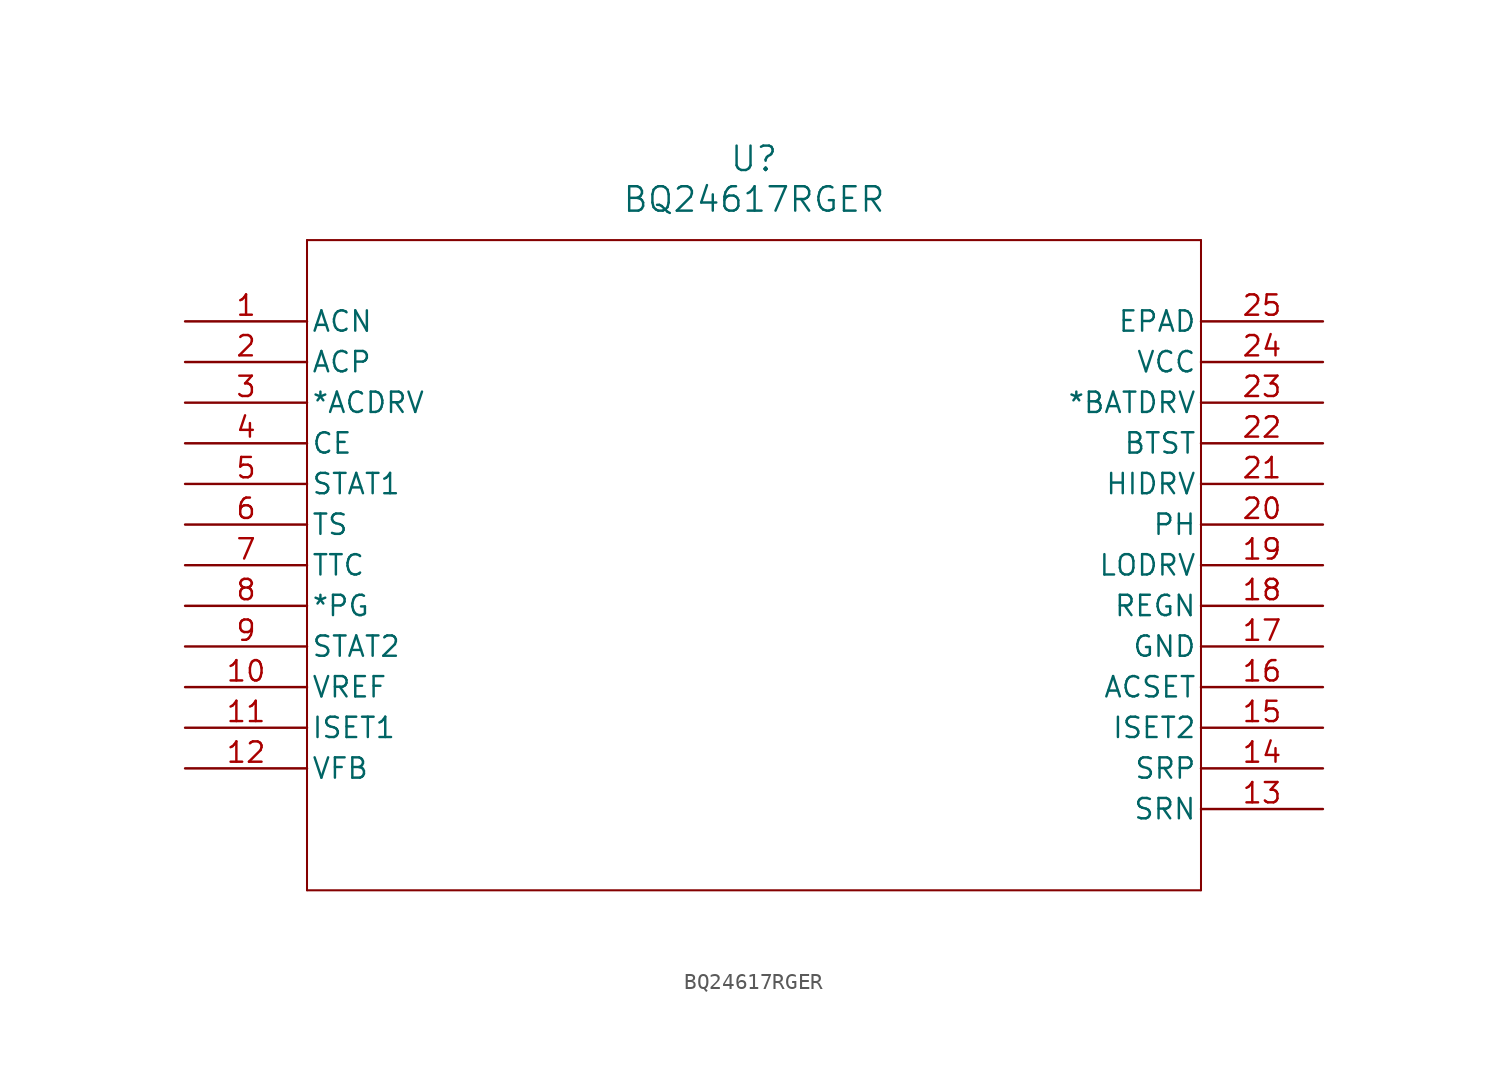
<source format=kicad_sym>
(kicad_symbol_lib
  (version 20211014)
  (generator kicad_symbol_editor)
  (symbol "BQ24617RGER"
    (pin_names
      (offset 0.254))
    (property "Reference" "U"
      (at 35.56 10.16 0)
      (effects (font (size 1.524 1.524))))
    (property "Value" "BQ24617RGER"
      (at 35.56 7.62 0)
      (effects (font (size 1.524 1.524))))
    (symbol "BQ24617RGER_0_1"
      (polyline (pts (xy 7.62 5.08) (xy 7.62 -35.56)) (stroke (width 0.127) (type default) (color 0 0 0 0)) (fill (type none)))
      (polyline (pts (xy 7.62 -35.56) (xy 63.5 -35.56)) (stroke (width 0.127) (type default) (color 0 0 0 0)) (fill (type none)))
      (polyline (pts (xy 63.5 -35.56) (xy 63.5 5.08)) (stroke (width 0.127) (type default) (color 0 0 0 0)) (fill (type none)))
      (polyline (pts (xy 63.5 5.08) (xy 7.62 5.08)) (stroke (width 0.127) (type default) (color 0 0 0 0)) (fill (type none)))
      (pin input line (at 0 0 0) (length 7.62) (name "ACN" (effects (font (size 1.27 1.27)))) (number "1" (effects (font (size 1.27 1.27)))))
      (pin input line (at 0 -2.54 0) (length 7.62) (name "ACP" (effects (font (size 1.27 1.27)))) (number "2" (effects (font (size 1.27 1.27)))))
      (pin input line (at 0 -5.08 0) (length 7.62) (name "*ACDRV" (effects (font (size 1.27 1.27)))) (number "3" (effects (font (size 1.27 1.27)))))
      (pin input line (at 0 -7.62 0) (length 7.62) (name "CE" (effects (font (size 1.27 1.27)))) (number "4" (effects (font (size 1.27 1.27)))))
      (pin input line (at 0 -10.16 0) (length 7.62) (name "STAT1" (effects (font (size 1.27 1.27)))) (number "5" (effects (font (size 1.27 1.27)))))
      (pin input line (at 0 -12.7 0) (length 7.62) (name "TS" (effects (font (size 1.27 1.27)))) (number "6" (effects (font (size 1.27 1.27)))))
      (pin output line (at 0 -15.24 0) (length 7.62) (name "TTC" (effects (font (size 1.27 1.27)))) (number "7" (effects (font (size 1.27 1.27)))))
      (pin input line (at 0 -17.78 0) (length 7.62) (name "*PG" (effects (font (size 1.27 1.27)))) (number "8" (effects (font (size 1.27 1.27)))))
      (pin input line (at 0 -20.32 0) (length 7.62) (name "STAT2" (effects (font (size 1.27 1.27)))) (number "9" (effects (font (size 1.27 1.27)))))
      (pin input line (at 0 -22.86 0) (length 7.62) (name "VREF" (effects (font (size 1.27 1.27)))) (number "10" (effects (font (size 1.27 1.27)))))
      (pin input line (at 0 -25.4 0) (length 7.62) (name "ISET1" (effects (font (size 1.27 1.27)))) (number "11" (effects (font (size 1.27 1.27)))))
      (pin output line (at 0 -27.94 0) (length 7.62) (name "VFB" (effects (font (size 1.27 1.27)))) (number "12" (effects (font (size 1.27 1.27)))))
      (pin output line (at 71.12 -30.48 180) (length 7.62) (name "SRN" (effects (font (size 1.27 1.27)))) (number "13" (effects (font (size 1.27 1.27)))))
      (pin output line (at 71.12 -27.94 180) (length 7.62) (name "SRP" (effects (font (size 1.27 1.27)))) (number "14" (effects (font (size 1.27 1.27)))))
      (pin input line (at 71.12 -25.4 180) (length 7.62) (name "ISET2" (effects (font (size 1.27 1.27)))) (number "15" (effects (font (size 1.27 1.27)))))
      (pin input line (at 71.12 -22.86 180) (length 7.62) (name "ACSET" (effects (font (size 1.27 1.27)))) (number "16" (effects (font (size 1.27 1.27)))))
      (pin power_in line (at 71.12 -20.32 180) (length 7.62) (name "GND" (effects (font (size 1.27 1.27)))) (number "17" (effects (font (size 1.27 1.27)))))
      (pin output line (at 71.12 -17.78 180) (length 7.62) (name "REGN" (effects (font (size 1.27 1.27)))) (number "18" (effects (font (size 1.27 1.27)))))
      (pin output line (at 71.12 -15.24 180) (length 7.62) (name "LODRV" (effects (font (size 1.27 1.27)))) (number "19" (effects (font (size 1.27 1.27)))))
      (pin output line (at 71.12 -12.7 180) (length 7.62) (name "PH" (effects (font (size 1.27 1.27)))) (number "20" (effects (font (size 1.27 1.27)))))
      (pin output line (at 71.12 -10.16 180) (length 7.62) (name "HIDRV" (effects (font (size 1.27 1.27)))) (number "21" (effects (font (size 1.27 1.27)))))
      (pin output line (at 71.12 -7.62 180) (length 7.62) (name "BTST" (effects (font (size 1.27 1.27)))) (number "22" (effects (font (size 1.27 1.27)))))
      (pin output line (at 71.12 -5.08 180) (length 7.62) (name "*BATDRV" (effects (font (size 1.27 1.27)))) (number "23" (effects (font (size 1.27 1.27)))))
      (pin power_in line (at 71.12 -2.54 180) (length 7.62) (name "VCC" (effects (font (size 1.27 1.27)))) (number "24" (effects (font (size 1.27 1.27)))))
      (pin power_in line (at 71.12 0 180) (length 7.62) (name "EPAD" (effects (font (size 1.27 1.27)))) (number "25" (effects (font (size 1.27 1.27))))))))
</source>
